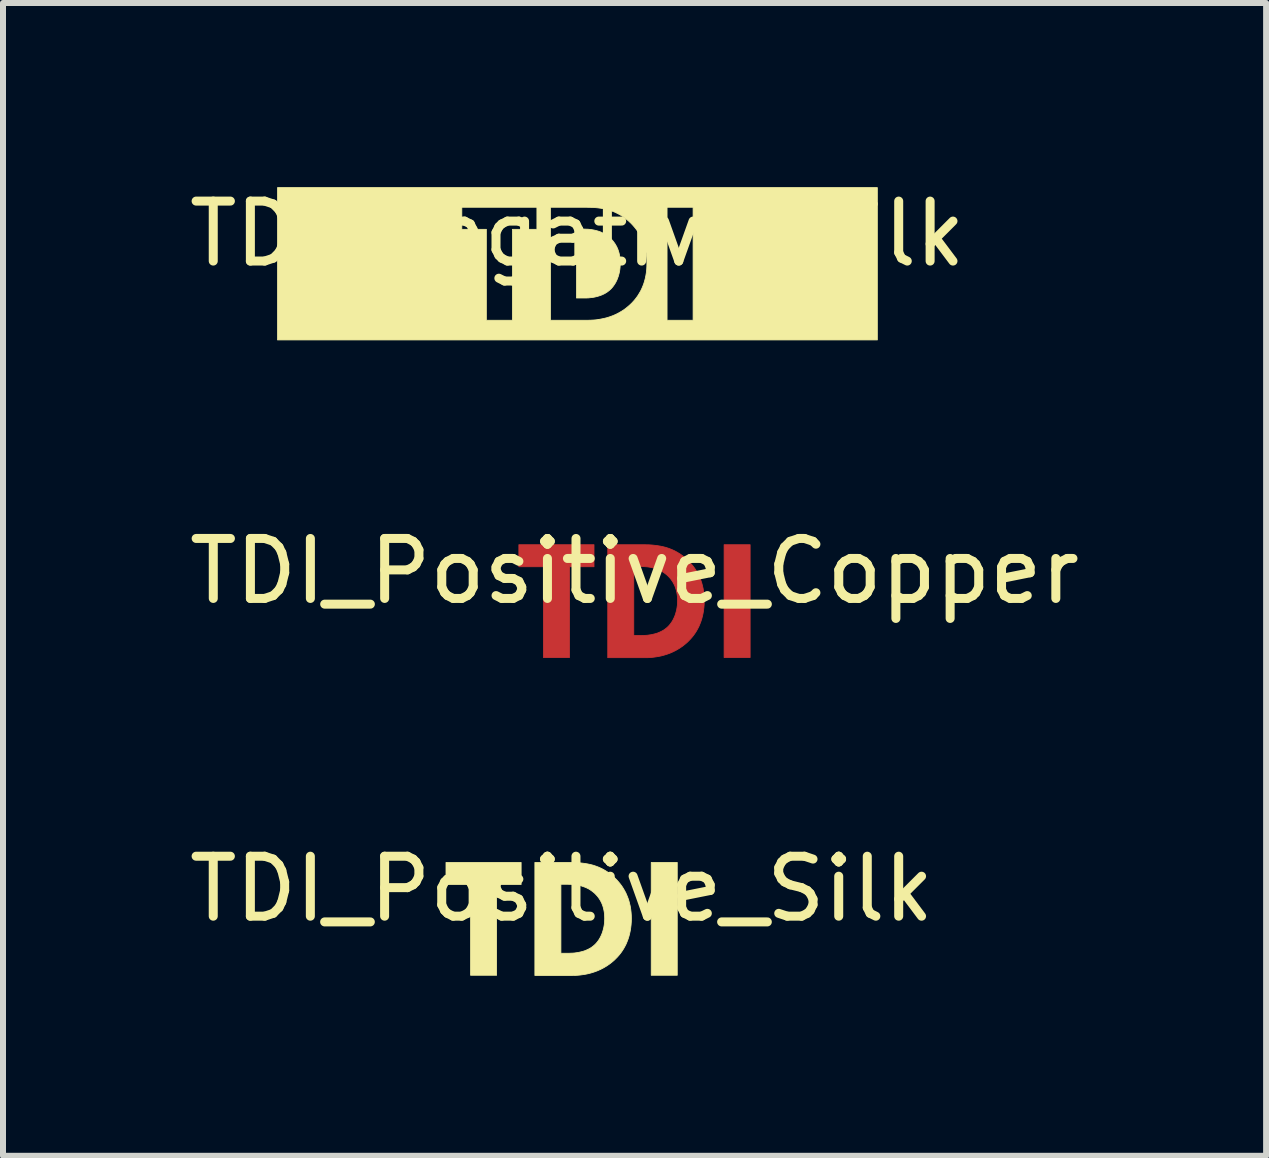
<source format=kicad_pcb>
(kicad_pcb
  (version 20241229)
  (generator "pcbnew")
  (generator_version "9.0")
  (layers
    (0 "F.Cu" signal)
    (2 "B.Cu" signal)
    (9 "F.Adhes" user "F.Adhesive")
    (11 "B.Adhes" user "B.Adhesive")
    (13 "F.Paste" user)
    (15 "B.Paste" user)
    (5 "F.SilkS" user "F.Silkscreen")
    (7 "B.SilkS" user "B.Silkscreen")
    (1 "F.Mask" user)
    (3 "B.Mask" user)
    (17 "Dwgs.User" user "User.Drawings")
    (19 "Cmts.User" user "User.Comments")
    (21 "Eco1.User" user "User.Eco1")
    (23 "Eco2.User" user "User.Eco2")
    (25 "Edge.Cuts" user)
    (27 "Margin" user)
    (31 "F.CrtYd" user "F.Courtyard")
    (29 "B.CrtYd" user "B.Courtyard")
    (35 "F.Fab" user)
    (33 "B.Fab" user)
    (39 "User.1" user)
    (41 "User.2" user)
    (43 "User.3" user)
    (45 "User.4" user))
  (footprint "TDI_Positive_Copper"
    (layer "F.Cu")
    (at 7.53 6.973)
    (property "Reference" "TDI_Positive_Copper" (at 0 -0.5 0) (unlocked yes) (layer "F.SilkS") (effects (font (size 1 1) (thickness 0.15))))
    (fp_poly (pts (xy 1.927 0.94) (xy 1.493 0.94) (xy 1.493 -0.941) (xy 1.927 -0.941)) (stroke (width 0.013) (type solid)) (fill yes) (layer "F.Cu"))
    (fp_poly (pts (xy -0.676 -0.574) (xy -1.085 -0.574) (xy -1.085 0.94) (xy -1.519 0.94) (xy -1.519 -0.574) (xy -1.929 -0.574) (xy -1.929 -0.941) (xy -0.676 -0.941)) (stroke (width 0.013) (type solid)) (fill yes) (layer "F.Cu"))
    (fp_poly (pts (xy 0.196 -0.94) (xy 0.243 -0.939) (xy 0.29 -0.936) (xy 0.337 -0.931) (xy 0.384 -0.925) (xy 0.432 -0.917) (xy 0.479 -0.907) (xy 0.526 -0.895) (xy 0.573 -0.879) (xy 0.62 -0.861) (xy 0.666 -0.84) (xy 0.712 -0.815) (xy 0.758 -0.787) (xy 0.803 -0.755) (xy 0.847 -0.72) (xy 0.89 -0.679) (xy 0.921 -0.648) (xy 0.949 -0.616) (xy 0.977 -0.582) (xy 1.003 -0.547) (xy 1.027 -0.51) (xy 1.049 -0.472) (xy 1.07 -0.433) (xy 1.088 -0.391) (xy 1.105 -0.349) (xy 1.12 -0.305) (xy 1.132 -0.259) (xy 1.143 -0.212) (xy 1.151 -0.163) (xy 1.157 -0.112) (xy 1.161 -0.06) (xy 1.162 -0.006) (xy 1.161 0.048) (xy 1.157 0.101) (xy 1.151 0.151) (xy 1.143 0.2) (xy 1.133 0.247) (xy 1.121 0.293) (xy 1.107 0.337) (xy 1.091 0.379) (xy 1.074 0.42) (xy 1.054 0.459) (xy 1.033 0.497) (xy 1.01 0.533) (xy 0.986 0.567) (xy 0.96 0.6) (xy 0.933 0.631) (xy 0.904 0.661) (xy 0.88 0.685) (xy 0.855 0.707) (xy 0.804 0.748) (xy 0.752 0.784) (xy 0.7 0.815) (xy 0.648 0.842) (xy 0.596 0.865) (xy 0.545 0.884) (xy 0.494 0.9) (xy 0.445 0.913) (xy 0.397 0.923) (xy 0.351 0.93) (xy 0.308 0.936) (xy 0.267 0.94) (xy 0.229 0.942) (xy 0.163 0.943) (xy -0.447 0.943) (xy -0.447 0.569) (xy -0.013 0.569) (xy -0.013 0.573) (xy 0.103 0.573) (xy 0.143 0.572) (xy 0.19 0.57) (xy 0.216 0.568) (xy 0.243 0.564) (xy 0.271 0.56) (xy 0.3 0.554) (xy 0.33 0.547) (xy 0.36 0.539) (xy 0.39 0.529) (xy 0.42 0.516) (xy 0.45 0.502) (xy 0.464 0.494) (xy 0.479 0.486) (xy 0.493 0.477) (xy 0.507 0.467) (xy 0.52 0.457) (xy 0.534 0.446) (xy 0.553 0.429) (xy 0.571 0.411) (xy 0.589 0.39) (xy 0.606 0.368) (xy 0.622 0.345) (xy 0.637 0.32) (xy 0.651 0.293) (xy 0.664 0.265) (xy 0.676 0.235) (xy 0.686 0.204) (xy 0.695 0.172) (xy 0.703 0.138) (xy 0.709 0.103) (xy 0.714 0.067) (xy 0.716 0.029) (xy 0.717 -0.009) (xy 0.716 -0.047) (xy 0.714 -0.083) (xy 0.709 -0.118) (xy 0.703 -0.15) (xy 0.696 -0.181) (xy 0.688 -0.209) (xy 0.678 -0.237) (xy 0.668 -0.262) (xy 0.656 -0.286) (xy 0.644 -0.309) (xy 0.631 -0.33) (xy 0.618 -0.349) (xy 0.604 -0.368) (xy 0.59 -0.385) (xy 0.576 -0.4) (xy 0.562 -0.415) (xy 0.549 -0.428) (xy 0.535 -0.44) (xy 0.507 -0.462) (xy 0.479 -0.482) (xy 0.45 -0.5) (xy 0.42 -0.515) (xy 0.39 -0.528) (xy 0.36 -0.539) (xy 0.33 -0.549) (xy 0.3 -0.557) (xy 0.27 -0.563) (xy 0.241 -0.568) (xy 0.212 -0.572) (xy 0.184 -0.574) (xy 0.156 -0.576) (xy 0.103 -0.577) (xy -0.013 -0.577) (xy -0.013 0.569) (xy -0.447 0.569) (xy -0.447 -0.941) (xy 0.149 -0.941)) (stroke (width 0.013) (type solid)) (fill yes) (layer "F.Cu")))
  (footprint "TDI_Negative_Silk"
    (layer "F.Cu")
    (at 6.577 1.348)
    (property "Reference" "TDI_Negative_Silk" (at 0 -0.5 0) (unlocked yes) (layer "F.SilkS") (effects (font (size 1 1) (thickness 0.15))))
    (fp_poly (pts (xy 0.154 -0.577) (xy 0.181 -0.576) (xy 0.21 -0.573) (xy 0.239 -0.569) (xy 0.268 -0.564) (xy 0.298 -0.558) (xy 0.328 -0.55) (xy 0.358 -0.541) (xy 0.388 -0.53) (xy 0.418 -0.516) (xy 0.447 -0.501) (xy 0.477 -0.484) (xy 0.505 -0.464) (xy 0.533 -0.441) (xy 0.546 -0.429) (xy 0.56 -0.416) (xy 0.574 -0.402) (xy 0.588 -0.386) (xy 0.602 -0.369) (xy 0.615 -0.351) (xy 0.629 -0.331) (xy 0.641 -0.31) (xy 0.654 -0.288) (xy 0.665 -0.264) (xy 0.676 -0.238) (xy 0.685 -0.211) (xy 0.694 -0.182) (xy 0.701 -0.151) (xy 0.707 -0.119) (xy 0.711 -0.085) (xy 0.714 -0.049) (xy 0.715 -0.011) (xy 0.714 0.028) (xy 0.711 0.065) (xy 0.707 0.101) (xy 0.701 0.136) (xy 0.693 0.17) (xy 0.684 0.203) (xy 0.673 0.234) (xy 0.662 0.263) (xy 0.649 0.291) (xy 0.635 0.318) (xy 0.619 0.343) (xy 0.603 0.367) (xy 0.586 0.389) (xy 0.569 0.409) (xy 0.55 0.428) (xy 0.532 0.444) (xy 0.518 0.455) (xy 0.504 0.466) (xy 0.491 0.475) (xy 0.476 0.484) (xy 0.462 0.493) (xy 0.447 0.501) (xy 0.418 0.515) (xy 0.388 0.527) (xy 0.358 0.537) (xy 0.328 0.546) (xy 0.298 0.553) (xy 0.269 0.559) (xy 0.24 0.563) (xy 0.213 0.566) (xy 0.187 0.569) (xy 0.14 0.571) (xy 0.101 0.571) (xy -0.015 0.571) (xy -0.015 0.568) (xy -0.015 -0.579) (xy 0.101 -0.579)) (stroke (width 0.013) (type solid)) (fill yes) (layer "F.SilkS"))
    (fp_poly (pts (xy 5.001 1.27) (xy -5 1.27) (xy -5 -0.575) (xy -1.927 -0.575) (xy -1.518 -0.575) (xy -1.518 0.942) (xy -1.084 0.942) (xy -0.449 0.942) (xy 0.161 0.942) (xy 1.495 0.942) (xy 1.929 0.942) (xy 1.929 -0.942) (xy 1.495 -0.942) (xy 1.495 0.942) (xy 0.161 0.942) (xy 0.227 0.94) (xy 0.265 0.938) (xy 0.306 0.935) (xy 0.349 0.929) (xy 0.395 0.921) (xy 0.443 0.911) (xy 0.492 0.899) (xy 0.542 0.883) (xy 0.594 0.864) (xy 0.646 0.841) (xy 0.698 0.814) (xy 0.75 0.783) (xy 0.802 0.747) (xy 0.852 0.706) (xy 0.877 0.683) (xy 0.902 0.66) (xy 0.93 0.63) (xy 0.958 0.598) (xy 0.983 0.566) (xy 1.008 0.531) (xy 1.03 0.495) (xy 1.052 0.458) (xy 1.071 0.419) (xy 1.089 0.378) (xy 1.105 0.336) (xy 1.119 0.292) (xy 1.131 0.246) (xy 1.141 0.199) (xy 1.149 0.15) (xy 1.155 0.099) (xy 1.158 0.047) (xy 1.159 -0.007) (xy 1.158 -0.061) (xy 1.155 -0.113) (xy 1.149 -0.164) (xy 1.14 -0.213) (xy 1.13 -0.26) (xy 1.117 -0.306) (xy 1.103 -0.35) (xy 1.086 -0.393) (xy 1.067 -0.434) (xy 1.047 -0.474) (xy 1.024 -0.512) (xy 1 -0.548) (xy 0.974 -0.584) (xy 0.947 -0.617) (xy 0.918 -0.65) (xy 0.888 -0.681) (xy 0.844 -0.721) (xy 0.8 -0.757) (xy 0.756 -0.789) (xy 0.71 -0.817) (xy 0.664 -0.841) (xy 0.618 -0.863) (xy 0.571 -0.881) (xy 0.524 -0.896) (xy 0.477 -0.909) (xy 0.429 -0.919) (xy 0.382 -0.927) (xy 0.335 -0.933) (xy 0.287 -0.937) (xy 0.24 -0.94) (xy 0.194 -0.941) (xy 0.147 -0.942) (xy -0.449 -0.942) (xy -0.449 0.942) (xy -1.084 0.942) (xy -1.084 -0.575) (xy -0.675 -0.575) (xy -0.675 -0.942) (xy -1.927 -0.942) (xy -1.927 -0.575) (xy -5 -0.575) (xy -5 -1.27) (xy 5.001 -1.27)) (stroke (width 0.013) (type solid)) (fill yes) (layer "F.SilkS")))
  (footprint "TDI_Positive_Silk"
    (layer "F.Cu")
    (at 6.315 12.271)
    (property "Reference" "TDI_Positive_Silk" (at 0 -0.5 0) (unlocked yes) (layer "F.SilkS") (effects (font (size 1 1) (thickness 0.15))))
    (fp_poly (pts (xy 1.927 0.94) (xy 1.493 0.94) (xy 1.493 -0.941) (xy 1.927 -0.941)) (stroke (width 0.013) (type solid)) (fill yes) (layer "F.SilkS"))
    (fp_poly (pts (xy -0.676 -0.574) (xy -1.085 -0.574) (xy -1.085 0.94) (xy -1.519 0.94) (xy -1.519 -0.574) (xy -1.929 -0.574) (xy -1.929 -0.941) (xy -0.676 -0.941)) (stroke (width 0.013) (type solid)) (fill yes) (layer "F.SilkS"))
    (fp_poly (pts (xy 0.196 -0.94) (xy 0.243 -0.939) (xy 0.29 -0.936) (xy 0.337 -0.931) (xy 0.384 -0.925) (xy 0.432 -0.917) (xy 0.479 -0.907) (xy 0.526 -0.895) (xy 0.573 -0.879) (xy 0.62 -0.861) (xy 0.666 -0.84) (xy 0.712 -0.815) (xy 0.758 -0.787) (xy 0.803 -0.755) (xy 0.847 -0.72) (xy 0.89 -0.679) (xy 0.921 -0.648) (xy 0.949 -0.616) (xy 0.977 -0.582) (xy 1.003 -0.547) (xy 1.027 -0.51) (xy 1.049 -0.472) (xy 1.07 -0.433) (xy 1.088 -0.391) (xy 1.105 -0.349) (xy 1.12 -0.305) (xy 1.132 -0.259) (xy 1.143 -0.212) (xy 1.151 -0.163) (xy 1.157 -0.112) (xy 1.161 -0.06) (xy 1.162 -0.006) (xy 1.161 0.048) (xy 1.157 0.101) (xy 1.151 0.151) (xy 1.143 0.2) (xy 1.133 0.247) (xy 1.121 0.293) (xy 1.107 0.337) (xy 1.091 0.379) (xy 1.074 0.42) (xy 1.054 0.459) (xy 1.033 0.497) (xy 1.01 0.533) (xy 0.986 0.567) (xy 0.96 0.6) (xy 0.933 0.631) (xy 0.904 0.661) (xy 0.88 0.685) (xy 0.855 0.707) (xy 0.804 0.748) (xy 0.752 0.784) (xy 0.7 0.815) (xy 0.648 0.842) (xy 0.596 0.865) (xy 0.545 0.884) (xy 0.494 0.9) (xy 0.445 0.913) (xy 0.397 0.923) (xy 0.351 0.93) (xy 0.308 0.936) (xy 0.267 0.94) (xy 0.229 0.942) (xy 0.163 0.943) (xy -0.447 0.943) (xy -0.447 0.569) (xy -0.013 0.569) (xy -0.013 0.573) (xy 0.103 0.573) (xy 0.143 0.572) (xy 0.19 0.57) (xy 0.216 0.568) (xy 0.243 0.564) (xy 0.271 0.56) (xy 0.3 0.554) (xy 0.33 0.547) (xy 0.36 0.539) (xy 0.39 0.529) (xy 0.42 0.516) (xy 0.45 0.502) (xy 0.464 0.494) (xy 0.479 0.486) (xy 0.493 0.477) (xy 0.507 0.467) (xy 0.52 0.457) (xy 0.534 0.446) (xy 0.553 0.429) (xy 0.571 0.411) (xy 0.589 0.39) (xy 0.606 0.368) (xy 0.622 0.345) (xy 0.637 0.32) (xy 0.651 0.293) (xy 0.664 0.265) (xy 0.676 0.235) (xy 0.686 0.204) (xy 0.695 0.172) (xy 0.703 0.138) (xy 0.709 0.103) (xy 0.714 0.067) (xy 0.716 0.029) (xy 0.717 -0.009) (xy 0.716 -0.047) (xy 0.714 -0.083) (xy 0.709 -0.118) (xy 0.703 -0.15) (xy 0.696 -0.181) (xy 0.688 -0.209) (xy 0.678 -0.237) (xy 0.668 -0.262) (xy 0.656 -0.286) (xy 0.644 -0.309) (xy 0.631 -0.33) (xy 0.618 -0.349) (xy 0.604 -0.368) (xy 0.59 -0.385) (xy 0.576 -0.4) (xy 0.562 -0.415) (xy 0.549 -0.428) (xy 0.535 -0.44) (xy 0.507 -0.462) (xy 0.479 -0.482) (xy 0.45 -0.5) (xy 0.42 -0.515) (xy 0.39 -0.528) (xy 0.36 -0.539) (xy 0.33 -0.549) (xy 0.3 -0.557) (xy 0.27 -0.563) (xy 0.241 -0.568) (xy 0.212 -0.572) (xy 0.184 -0.574) (xy 0.156 -0.576) (xy 0.103 -0.577) (xy -0.013 -0.577) (xy -0.013 0.569) (xy -0.447 0.569) (xy -0.447 -0.941) (xy 0.149 -0.941)) (stroke (width 0.013) (type solid)) (fill yes) (layer "F.SilkS")))
  (gr_rect
    (start -3 -3)
    (end 18.06 16.221)
    (stroke (width 0.1) (type default))
    (fill no)
    (layer "Edge.Cuts")))
</source>
